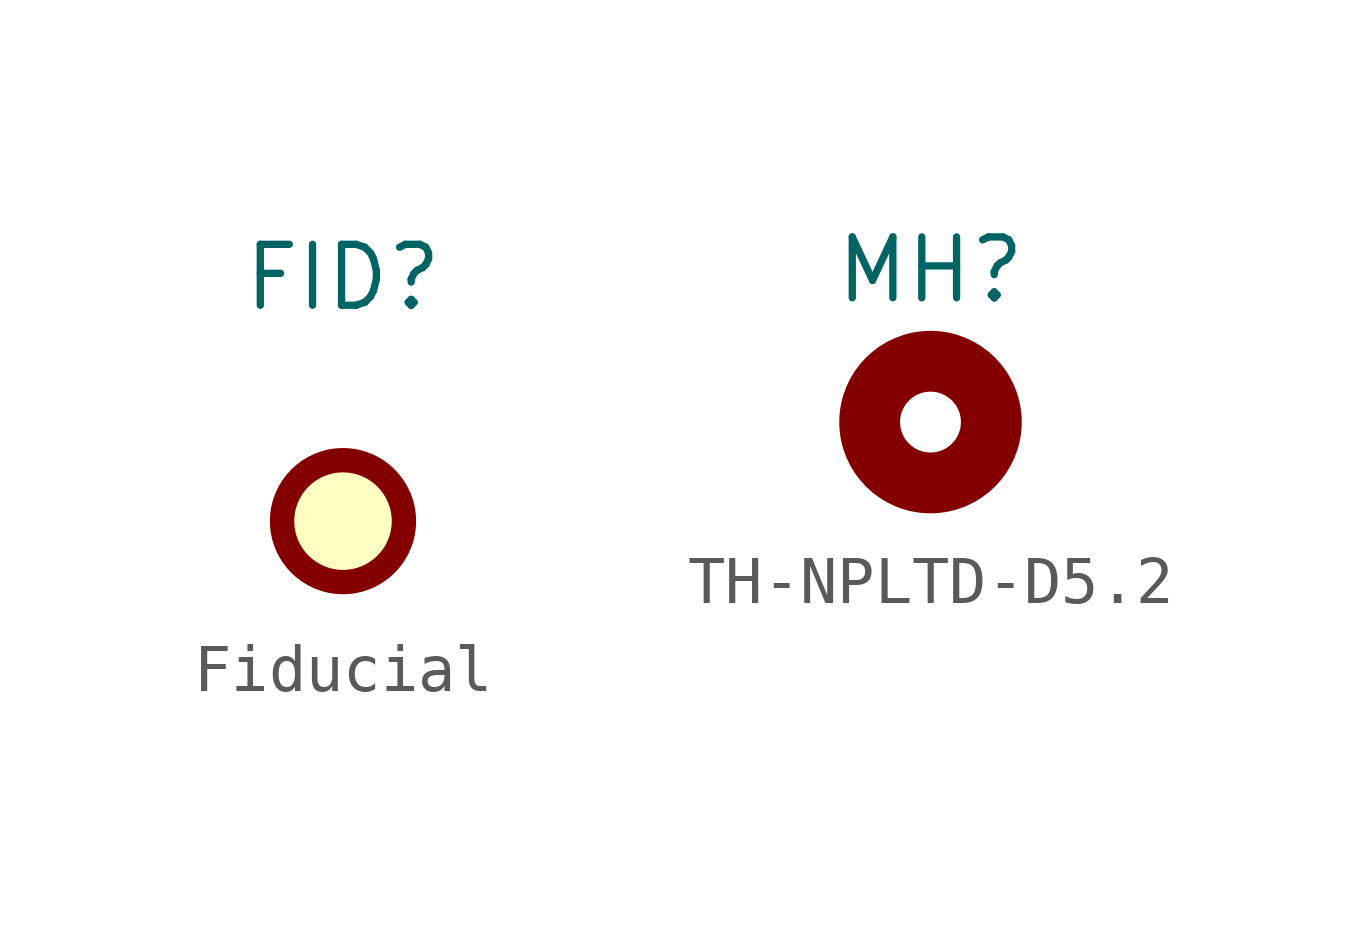
<source format=kicad_sym>
(kicad_symbol_lib
  (version 20211014)
  (generator kicad_symbol_editor)
  (symbol "Fiducial"
    (property "Reference" "FID"
      (at 0 5.08 0)
      (effects (font (size 1.27 1.27))))
    (symbol "Fiducial_0_1"
      (circle (center 0 0) (radius 1.27) (stroke (width 0.508) (type default) (color 0 0 0 0)) (fill (type background)))))
  (symbol "TH-NPLTD-D5.2"
    (pin_names
      (offset 1.016))
    (property "Reference" "MH"
      (at 0 3.175 0)
      (effects (font (size 1.27 1.27))))
    (symbol "TH-NPLTD-D5.2_1_1"
      (circle (center 0 0) (radius 1.27) (stroke (width 1.27) (type default) (color 0 0 0 0)) (fill (type none))))))
</source>
